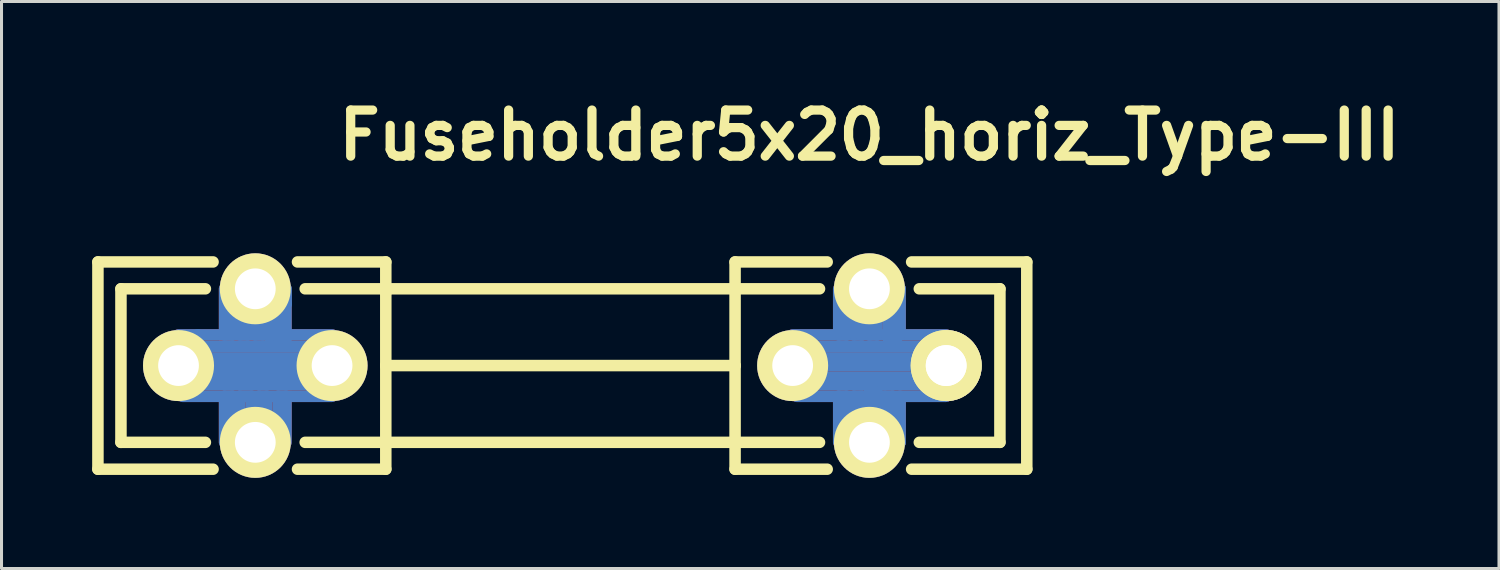
<source format=kicad_pcb>
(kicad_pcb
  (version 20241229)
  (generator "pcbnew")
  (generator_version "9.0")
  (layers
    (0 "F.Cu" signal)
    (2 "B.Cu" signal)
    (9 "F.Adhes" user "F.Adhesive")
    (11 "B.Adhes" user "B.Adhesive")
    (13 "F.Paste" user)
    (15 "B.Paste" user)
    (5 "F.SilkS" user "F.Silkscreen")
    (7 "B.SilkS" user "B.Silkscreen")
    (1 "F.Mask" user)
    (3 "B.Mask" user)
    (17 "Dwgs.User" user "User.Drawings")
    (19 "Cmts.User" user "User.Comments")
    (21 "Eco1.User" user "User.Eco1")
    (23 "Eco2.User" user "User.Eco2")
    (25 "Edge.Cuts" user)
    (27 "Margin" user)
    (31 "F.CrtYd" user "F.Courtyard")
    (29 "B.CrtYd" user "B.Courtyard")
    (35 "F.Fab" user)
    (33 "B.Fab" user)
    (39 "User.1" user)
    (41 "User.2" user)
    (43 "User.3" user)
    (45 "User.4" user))
  (footprint "Fuseholder5x20_horiz_Type-III"
    (layer "F.Cu")
    (at 15.557 9.046)
    (property "Reference" "Fuseholder5x20_horiz_Type-III" (at 10.16 -7.62 0) (layer "F.SilkS") (effects (font (size 1.524 1.524) (thickness 0.305))))
    (attr through_hole)
    (fp_line (start -12.7 -1.016) (end -7.62 -1.016) (stroke (width 0.381) (type solid)) (layer "F.Cu"))
    (fp_line (start -12.065 0.635) (end -8.382 0.635) (stroke (width 0.381) (type solid)) (layer "F.Cu"))
    (fp_line (start -11.938 -0.635) (end -8.509 -0.635) (stroke (width 0.381) (type solid)) (layer "F.Cu"))
    (fp_line (start -11.684 0) (end -8.636 0) (stroke (width 0.381) (type solid)) (layer "F.Cu"))
    (fp_line (start -11.176 -2.54) (end -11.176 -0.889) (stroke (width 0.381) (type solid)) (layer "F.Cu"))
    (fp_line (start -11.176 -0.889) (end -10.922 -0.889) (stroke (width 0.381) (type solid)) (layer "F.Cu"))
    (fp_line (start -11.176 1.016) (end -10.922 1.016) (stroke (width 0.381) (type solid)) (layer "F.Cu"))
    (fp_line (start -11.176 1.143) (end -11.176 1.016) (stroke (width 0.381) (type solid)) (layer "F.Cu"))
    (fp_line (start -11.176 2.54) (end -11.176 1.143) (stroke (width 0.381) (type solid)) (layer "F.Cu"))
    (fp_line (start -10.922 -2.032) (end -10.668 -1.778) (stroke (width 0.381) (type solid)) (layer "F.Cu"))
    (fp_line (start -10.922 -0.889) (end -10.922 -2.032) (stroke (width 0.381) (type solid)) (layer "F.Cu"))
    (fp_line (start -10.922 1.016) (end -10.922 2.032) (stroke (width 0.381) (type solid)) (layer "F.Cu"))
    (fp_line (start -10.922 2.032) (end -10.668 1.778) (stroke (width 0.381) (type solid)) (layer "F.Cu"))
    (fp_line (start -10.668 -1.778) (end -10.668 -0.889) (stroke (width 0.381) (type solid)) (layer "F.Cu"))
    (fp_line (start -10.668 -0.889) (end -10.414 -0.889) (stroke (width 0.381) (type solid)) (layer "F.Cu"))
    (fp_line (start -10.668 1.016) (end -10.287 1.016) (stroke (width 0.381) (type solid)) (layer "F.Cu"))
    (fp_line (start -10.668 1.778) (end -10.668 1.016) (stroke (width 0.381) (type solid)) (layer "F.Cu"))
    (fp_line (start -10.414 -1.651) (end -10.16 -1.651) (stroke (width 0.381) (type solid)) (layer "F.Cu"))
    (fp_line (start -10.414 -0.889) (end -10.414 -1.651) (stroke (width 0.381) (type solid)) (layer "F.Cu"))
    (fp_line (start -10.287 1.016) (end -10.287 1.651) (stroke (width 0.381) (type solid)) (layer "F.Cu"))
    (fp_line (start -10.287 1.651) (end -10.033 1.651) (stroke (width 0.381) (type solid)) (layer "F.Cu"))
    (fp_line (start -10.16 -1.651) (end -10.16 -0.762) (stroke (width 0.381) (type solid)) (layer "F.Cu"))
    (fp_line (start -10.16 -0.762) (end -9.906 -0.762) (stroke (width 0.381) (type solid)) (layer "F.Cu"))
    (fp_line (start -10.033 1.016) (end -9.779 1.016) (stroke (width 0.381) (type solid)) (layer "F.Cu"))
    (fp_line (start -10.033 1.651) (end -10.033 1.016) (stroke (width 0.381) (type solid)) (layer "F.Cu"))
    (fp_line (start -9.906 -1.651) (end -9.652 -1.778) (stroke (width 0.381) (type solid)) (layer "F.Cu"))
    (fp_line (start -9.906 -0.762) (end -9.906 -1.651) (stroke (width 0.381) (type solid)) (layer "F.Cu"))
    (fp_line (start -9.779 1.016) (end -9.779 1.651) (stroke (width 0.381) (type solid)) (layer "F.Cu"))
    (fp_line (start -9.779 1.651) (end -9.398 2.032) (stroke (width 0.381) (type solid)) (layer "F.Cu"))
    (fp_line (start -9.652 -1.778) (end -9.652 -0.889) (stroke (width 0.381) (type solid)) (layer "F.Cu"))
    (fp_line (start -9.652 -0.889) (end -9.398 -0.889) (stroke (width 0.381) (type solid)) (layer "F.Cu"))
    (fp_line (start -9.398 -2.032) (end -9.271 -2.032) (stroke (width 0.381) (type solid)) (layer "F.Cu"))
    (fp_line (start -9.398 -0.889) (end -9.398 -2.032) (stroke (width 0.381) (type solid)) (layer "F.Cu"))
    (fp_line (start -9.398 1.016) (end -9.017 1.016) (stroke (width 0.381) (type solid)) (layer "F.Cu"))
    (fp_line (start -9.398 2.032) (end -9.398 1.016) (stroke (width 0.381) (type solid)) (layer "F.Cu"))
    (fp_line (start -9.271 -2.032) (end -9.144 -0.762) (stroke (width 0.381) (type solid)) (layer "F.Cu"))
    (fp_line (start -9.144 -0.762) (end -9.144 -2.54) (stroke (width 0.381) (type solid)) (layer "F.Cu"))
    (fp_line (start -9.144 1.016) (end -9.144 2.54) (stroke (width 0.381) (type solid)) (layer "F.Cu"))
    (fp_line (start -8.636 -0.254) (end -11.684 -0.254) (stroke (width 0.381) (type solid)) (layer "F.Cu"))
    (fp_line (start -8.636 0.254) (end -11.684 0.254) (stroke (width 0.381) (type solid)) (layer "F.Cu"))
    (fp_line (start -7.62 1.016) (end -12.573 1.016) (stroke (width 0.381) (type solid)) (layer "F.Cu"))
    (fp_line (start 7.62 -1.016) (end 12.7 -1.016) (stroke (width 0.381) (type solid)) (layer "F.Cu"))
    (fp_line (start 8.255 -0.635) (end 11.938 -0.635) (stroke (width 0.381) (type solid)) (layer "F.Cu"))
    (fp_line (start 8.255 0.635) (end 11.938 0.635) (stroke (width 0.381) (type solid)) (layer "F.Cu"))
    (fp_line (start 8.509 -0.254) (end 11.811 -0.254) (stroke (width 0.381) (type solid)) (layer "F.Cu"))
    (fp_line (start 8.509 0.381) (end 8.255 0.635) (stroke (width 0.381) (type solid)) (layer "F.Cu"))
    (fp_line (start 8.636 0) (end 11.684 0) (stroke (width 0.381) (type solid)) (layer "F.Cu"))
    (fp_line (start 9.144 -2.54) (end 9.144 -1.016) (stroke (width 0.381) (type solid)) (layer "F.Cu"))
    (fp_line (start 9.144 -1.016) (end 9.398 -1.016) (stroke (width 0.381) (type solid)) (layer "F.Cu"))
    (fp_line (start 9.144 1.016) (end 9.398 1.016) (stroke (width 0.381) (type solid)) (layer "F.Cu"))
    (fp_line (start 9.144 2.54) (end 9.144 1.016) (stroke (width 0.381) (type solid)) (layer "F.Cu"))
    (fp_line (start 9.398 -2.032) (end 9.652 -1.778) (stroke (width 0.381) (type solid)) (layer "F.Cu"))
    (fp_line (start 9.398 -1.016) (end 9.398 -2.032) (stroke (width 0.381) (type solid)) (layer "F.Cu"))
    (fp_line (start 9.398 1.016) (end 9.398 2.032) (stroke (width 0.381) (type solid)) (layer "F.Cu"))
    (fp_line (start 9.398 2.032) (end 9.652 1.778) (stroke (width 0.381) (type solid)) (layer "F.Cu"))
    (fp_line (start 9.652 -1.778) (end 9.652 -1.016) (stroke (width 0.381) (type solid)) (layer "F.Cu"))
    (fp_line (start 9.652 -1.016) (end 9.906 -1.016) (stroke (width 0.381) (type solid)) (layer "F.Cu"))
    (fp_line (start 9.652 1.016) (end 9.906 1.016) (stroke (width 0.381) (type solid)) (layer "F.Cu"))
    (fp_line (start 9.652 1.778) (end 9.652 1.016) (stroke (width 0.381) (type solid)) (layer "F.Cu"))
    (fp_line (start 9.906 -1.651) (end 10.16 -1.651) (stroke (width 0.381) (type solid)) (layer "F.Cu"))
    (fp_line (start 9.906 -1.016) (end 9.906 -1.651) (stroke (width 0.381) (type solid)) (layer "F.Cu"))
    (fp_line (start 9.906 1.016) (end 9.906 1.651) (stroke (width 0.381) (type solid)) (layer "F.Cu"))
    (fp_line (start 9.906 1.651) (end 10.16 1.651) (stroke (width 0.381) (type solid)) (layer "F.Cu"))
    (fp_line (start 10.16 -1.651) (end 10.16 -1.016) (stroke (width 0.381) (type solid)) (layer "F.Cu"))
    (fp_line (start 10.16 -1.016) (end 10.414 -1.016) (stroke (width 0.381) (type solid)) (layer "F.Cu"))
    (fp_line (start 10.16 1.016) (end 10.414 1.016) (stroke (width 0.381) (type solid)) (layer "F.Cu"))
    (fp_line (start 10.16 1.651) (end 10.16 1.016) (stroke (width 0.381) (type solid)) (layer "F.Cu"))
    (fp_line (start 10.414 -1.651) (end 10.795 -1.905) (stroke (width 0.381) (type solid)) (layer "F.Cu"))
    (fp_line (start 10.414 -1.016) (end 10.414 -1.651) (stroke (width 0.381) (type solid)) (layer "F.Cu"))
    (fp_line (start 10.414 1.016) (end 10.414 1.651) (stroke (width 0.381) (type solid)) (layer "F.Cu"))
    (fp_line (start 10.414 1.651) (end 10.668 1.778) (stroke (width 0.381) (type solid)) (layer "F.Cu"))
    (fp_line (start 10.668 1.016) (end 10.922 1.016) (stroke (width 0.381) (type solid)) (layer "F.Cu"))
    (fp_line (start 10.668 1.778) (end 10.668 1.016) (stroke (width 0.381) (type solid)) (layer "F.Cu"))
    (fp_line (start 10.795 -1.905) (end 10.795 -1.016) (stroke (width 0.381) (type solid)) (layer "F.Cu"))
    (fp_line (start 10.795 -1.016) (end 10.922 -1.016) (stroke (width 0.381) (type solid)) (layer "F.Cu"))
    (fp_line (start 10.922 -2.032) (end 11.176 -2.54) (stroke (width 0.381) (type solid)) (layer "F.Cu"))
    (fp_line (start 10.922 -1.016) (end 10.922 -2.032) (stroke (width 0.381) (type solid)) (layer "F.Cu"))
    (fp_line (start 10.922 1.016) (end 10.922 2.159) (stroke (width 0.381) (type solid)) (layer "F.Cu"))
    (fp_line (start 10.922 2.159) (end 11.176 2.54) (stroke (width 0.381) (type solid)) (layer "F.Cu"))
    (fp_line (start 11.176 -2.54) (end 11.176 -1.143) (stroke (width 0.381) (type solid)) (layer "F.Cu"))
    (fp_line (start 11.176 2.54) (end 11.176 1.016) (stroke (width 0.381) (type solid)) (layer "F.Cu"))
    (fp_line (start 11.684 0) (end 11.811 0.381) (stroke (width 0.381) (type solid)) (layer "F.Cu"))
    (fp_line (start 11.811 0.381) (end 8.509 0.381) (stroke (width 0.381) (type solid)) (layer "F.Cu"))
    (fp_line (start 11.938 0.635) (end 12.7 1.016) (stroke (width 0.381) (type solid)) (layer "F.Cu"))
    (fp_line (start 12.7 1.016) (end 7.747 1.016) (stroke (width 0.381) (type solid)) (layer "F.Cu"))
    (fp_line (start -12.573 1.016) (end -7.62 1.016) (stroke (width 0.381) (type solid)) (layer "B.Cu"))
    (fp_line (start -12.065 -1.016) (end -12.7 -1.016) (stroke (width 0.381) (type solid)) (layer "B.Cu"))
    (fp_line (start -12.065 -1.016) (end -7.62 -1.016) (stroke (width 0.381) (type solid)) (layer "B.Cu"))
    (fp_line (start -12.065 0.635) (end -8.382 0.635) (stroke (width 0.381) (type solid)) (layer "B.Cu"))
    (fp_line (start -11.938 -0.635) (end -8.509 -0.635) (stroke (width 0.381) (type solid)) (layer "B.Cu"))
    (fp_line (start -11.684 -0.254) (end -8.636 -0.254) (stroke (width 0.381) (type solid)) (layer "B.Cu"))
    (fp_line (start -11.684 0) (end -8.636 0) (stroke (width 0.381) (type solid)) (layer "B.Cu"))
    (fp_line (start -11.684 0.254) (end -8.636 0.254) (stroke (width 0.381) (type solid)) (layer "B.Cu"))
    (fp_line (start -11.176 -2.54) (end -11.176 -1.016) (stroke (width 0.381) (type solid)) (layer "B.Cu"))
    (fp_line (start -11.176 -1.016) (end -10.922 -1.016) (stroke (width 0.381) (type solid)) (layer "B.Cu"))
    (fp_line (start -11.176 1.016) (end -10.922 1.016) (stroke (width 0.381) (type solid)) (layer "B.Cu"))
    (fp_line (start -11.176 2.54) (end -11.176 1.016) (stroke (width 0.381) (type solid)) (layer "B.Cu"))
    (fp_line (start -10.922 -2.032) (end -10.668 -1.778) (stroke (width 0.381) (type solid)) (layer "B.Cu"))
    (fp_line (start -10.922 -1.016) (end -10.922 -2.032) (stroke (width 0.381) (type solid)) (layer "B.Cu"))
    (fp_line (start -10.922 1.016) (end -10.922 2.032) (stroke (width 0.381) (type solid)) (layer "B.Cu"))
    (fp_line (start -10.922 2.032) (end -10.668 1.778) (stroke (width 0.381) (type solid)) (layer "B.Cu"))
    (fp_line (start -10.668 -1.778) (end -10.668 -1.016) (stroke (width 0.381) (type solid)) (layer "B.Cu"))
    (fp_line (start -10.668 -1.016) (end -10.414 -1.016) (stroke (width 0.381) (type solid)) (layer "B.Cu"))
    (fp_line (start -10.668 1.016) (end -10.287 1.016) (stroke (width 0.381) (type solid)) (layer "B.Cu"))
    (fp_line (start -10.668 1.778) (end -10.668 1.016) (stroke (width 0.381) (type solid)) (layer "B.Cu"))
    (fp_line (start -10.414 -1.651) (end -10.16 -1.651) (stroke (width 0.381) (type solid)) (layer "B.Cu"))
    (fp_line (start -10.414 -1.016) (end -10.414 -1.651) (stroke (width 0.381) (type solid)) (layer "B.Cu"))
    (fp_line (start -10.287 1.016) (end -10.287 1.651) (stroke (width 0.381) (type solid)) (layer "B.Cu"))
    (fp_line (start -10.287 1.651) (end -10.033 1.651) (stroke (width 0.381) (type solid)) (layer "B.Cu"))
    (fp_line (start -10.16 -1.651) (end -10.16 -1.016) (stroke (width 0.381) (type solid)) (layer "B.Cu"))
    (fp_line (start -10.16 -1.016) (end -9.906 -1.016) (stroke (width 0.381) (type solid)) (layer "B.Cu"))
    (fp_line (start -10.033 1.016) (end -9.779 1.016) (stroke (width 0.381) (type solid)) (layer "B.Cu"))
    (fp_line (start -10.033 1.651) (end -10.033 1.016) (stroke (width 0.381) (type solid)) (layer "B.Cu"))
    (fp_line (start -9.906 -1.651) (end -9.652 -1.778) (stroke (width 0.381) (type solid)) (layer "B.Cu"))
    (fp_line (start -9.906 -1.016) (end -9.906 -1.651) (stroke (width 0.381) (type solid)) (layer "B.Cu"))
    (fp_line (start -9.779 1.016) (end -9.779 1.651) (stroke (width 0.381) (type solid)) (layer "B.Cu"))
    (fp_line (start -9.779 1.651) (end -9.398 2.032) (stroke (width 0.381) (type solid)) (layer "B.Cu"))
    (fp_line (start -9.652 -1.778) (end -9.652 -0.889) (stroke (width 0.381) (type solid)) (layer "B.Cu"))
    (fp_line (start -9.652 -0.889) (end -9.398 -0.889) (stroke (width 0.381) (type solid)) (layer "B.Cu"))
    (fp_line (start -9.398 -2.032) (end -9.144 -2.032) (stroke (width 0.381) (type solid)) (layer "B.Cu"))
    (fp_line (start -9.398 -0.889) (end -9.398 -2.032) (stroke (width 0.381) (type solid)) (layer "B.Cu"))
    (fp_line (start -9.398 1.016) (end -9.144 1.016) (stroke (width 0.381) (type solid)) (layer "B.Cu"))
    (fp_line (start -9.398 2.032) (end -9.398 1.016) (stroke (width 0.381) (type solid)) (layer "B.Cu"))
    (fp_line (start -9.144 -2.54) (end -9.144 -0.889) (stroke (width 0.381) (type solid)) (layer "B.Cu"))
    (fp_line (start -9.144 -2.032) (end -9.144 -2.54) (stroke (width 0.381) (type solid)) (layer "B.Cu"))
    (fp_line (start -9.144 1.016) (end -9.144 2.54) (stroke (width 0.381) (type solid)) (layer "B.Cu"))
    (fp_line (start 7.62 -1.016) (end 12.7 -1.016) (stroke (width 0.381) (type solid)) (layer "B.Cu"))
    (fp_line (start 7.747 1.016) (end 12.7 1.016) (stroke (width 0.381) (type solid)) (layer "B.Cu"))
    (fp_line (start 8.255 -0.635) (end 11.938 -0.635) (stroke (width 0.381) (type solid)) (layer "B.Cu"))
    (fp_line (start 8.255 0.635) (end 11.938 0.635) (stroke (width 0.381) (type solid)) (layer "B.Cu"))
    (fp_line (start 8.509 -0.254) (end 11.811 -0.254) (stroke (width 0.381) (type solid)) (layer "B.Cu"))
    (fp_line (start 8.509 0.381) (end 11.811 0.381) (stroke (width 0.381) (type solid)) (layer "B.Cu"))
    (fp_line (start 8.636 0) (end 11.684 0) (stroke (width 0.381) (type solid)) (layer "B.Cu"))
    (fp_line (start 9.144 -2.54) (end 9.144 -1.016) (stroke (width 0.381) (type solid)) (layer "B.Cu"))
    (fp_line (start 9.144 -1.016) (end 9.398 -1.016) (stroke (width 0.381) (type solid)) (layer "B.Cu"))
    (fp_line (start 9.144 1.016) (end 9.398 1.016) (stroke (width 0.381) (type solid)) (layer "B.Cu"))
    (fp_line (start 9.144 2.54) (end 9.144 1.016) (stroke (width 0.381) (type solid)) (layer "B.Cu"))
    (fp_line (start 9.398 -2.032) (end 9.652 -1.778) (stroke (width 0.381) (type solid)) (layer "B.Cu"))
    (fp_line (start 9.398 -1.016) (end 9.398 -2.032) (stroke (width 0.381) (type solid)) (layer "B.Cu"))
    (fp_line (start 9.398 1.016) (end 9.398 2.032) (stroke (width 0.381) (type solid)) (layer "B.Cu"))
    (fp_line (start 9.398 2.032) (end 9.652 1.778) (stroke (width 0.381) (type solid)) (layer "B.Cu"))
    (fp_line (start 9.652 -1.778) (end 9.652 -1.016) (stroke (width 0.381) (type solid)) (layer "B.Cu"))
    (fp_line (start 9.652 -1.016) (end 9.906 -1.016) (stroke (width 0.381) (type solid)) (layer "B.Cu"))
    (fp_line (start 9.652 1.016) (end 9.906 1.016) (stroke (width 0.381) (type solid)) (layer "B.Cu"))
    (fp_line (start 9.652 1.778) (end 9.652 1.016) (stroke (width 0.381) (type solid)) (layer "B.Cu"))
    (fp_line (start 9.906 -1.651) (end 10.16 -1.651) (stroke (width 0.381) (type solid)) (layer "B.Cu"))
    (fp_line (start 9.906 -1.016) (end 9.906 -1.651) (stroke (width 0.381) (type solid)) (layer "B.Cu"))
    (fp_line (start 9.906 1.016) (end 9.906 1.651) (stroke (width 0.381) (type solid)) (layer "B.Cu"))
    (fp_line (start 9.906 1.651) (end 10.16 1.651) (stroke (width 0.381) (type solid)) (layer "B.Cu"))
    (fp_line (start 10.16 -1.651) (end 10.16 -1.016) (stroke (width 0.381) (type solid)) (layer "B.Cu"))
    (fp_line (start 10.16 -1.016) (end 10.414 -1.016) (stroke (width 0.381) (type solid)) (layer "B.Cu"))
    (fp_line (start 10.16 0.889) (end 10.414 0.889) (stroke (width 0.381) (type solid)) (layer "B.Cu"))
    (fp_line (start 10.16 1.651) (end 10.16 0.889) (stroke (width 0.381) (type solid)) (layer "B.Cu"))
    (fp_line (start 10.414 -1.651) (end 10.795 -1.905) (stroke (width 0.381) (type solid)) (layer "B.Cu"))
    (fp_line (start 10.414 -1.016) (end 10.414 -1.651) (stroke (width 0.381) (type solid)) (layer "B.Cu"))
    (fp_line (start 10.414 0.889) (end 10.414 1.651) (stroke (width 0.381) (type solid)) (layer "B.Cu"))
    (fp_line (start 10.414 1.651) (end 10.668 1.778) (stroke (width 0.381) (type solid)) (layer "B.Cu"))
    (fp_line (start 10.668 1.016) (end 10.922 1.016) (stroke (width 0.381) (type solid)) (layer "B.Cu"))
    (fp_line (start 10.668 1.778) (end 10.668 1.016) (stroke (width 0.381) (type solid)) (layer "B.Cu"))
    (fp_line (start 10.795 -1.905) (end 10.795 -0.889) (stroke (width 0.381) (type solid)) (layer "B.Cu"))
    (fp_line (start 10.795 -0.889) (end 11.049 -0.889) (stroke (width 0.381) (type solid)) (layer "B.Cu"))
    (fp_line (start 10.922 1.016) (end 10.922 2.159) (stroke (width 0.381) (type solid)) (layer "B.Cu"))
    (fp_line (start 10.922 2.159) (end 11.176 2.54) (stroke (width 0.381) (type solid)) (layer "B.Cu"))
    (fp_line (start 11.049 -2.159) (end 11.176 -2.54) (stroke (width 0.381) (type solid)) (layer "B.Cu"))
    (fp_line (start 11.049 -0.889) (end 11.049 -2.159) (stroke (width 0.381) (type solid)) (layer "B.Cu"))
    (fp_line (start 11.176 -2.54) (end 11.176 -1.016) (stroke (width 0.381) (type solid)) (layer "B.Cu"))
    (fp_line (start 11.176 2.54) (end 11.176 1.016) (stroke (width 0.381) (type solid)) (layer "B.Cu"))
    (fp_line (start -15.367 -3.429) (end -15.367 3.429) (stroke (width 0.381) (type solid)) (layer "F.SilkS"))
    (fp_line (start -15.367 -3.429) (end -11.557 -3.429) (stroke (width 0.381) (type solid)) (layer "F.SilkS"))
    (fp_line (start -15.367 3.429) (end -11.557 3.429) (stroke (width 0.381) (type solid)) (layer "F.SilkS"))
    (fp_line (start -14.605 -2.54) (end -14.605 2.54) (stroke (width 0.381) (type solid)) (layer "F.SilkS"))
    (fp_line (start -14.605 -2.54) (end -11.811 -2.54) (stroke (width 0.381) (type solid)) (layer "F.SilkS"))
    (fp_line (start -14.605 2.54) (end -11.811 2.54) (stroke (width 0.381) (type solid)) (layer "F.SilkS"))
    (fp_line (start -5.842 -3.429) (end -8.763 -3.429) (stroke (width 0.381) (type solid)) (layer "F.SilkS"))
    (fp_line (start -5.842 -3.429) (end -5.842 -2.413) (stroke (width 0.381) (type solid)) (layer "F.SilkS"))
    (fp_line (start -5.842 -2.54) (end -8.509 -2.54) (stroke (width 0.381) (type solid)) (layer "F.SilkS"))
    (fp_line (start -5.842 -2.54) (end 5.715 -2.54) (stroke (width 0.381) (type solid)) (layer "F.SilkS"))
    (fp_line (start -5.842 0) (end -5.842 -2.54) (stroke (width 0.381) (type solid)) (layer "F.SilkS"))
    (fp_line (start -5.842 2.54) (end -8.509 2.54) (stroke (width 0.381) (type solid)) (layer "F.SilkS"))
    (fp_line (start -5.842 2.54) (end -5.842 0) (stroke (width 0.381) (type solid)) (layer "F.SilkS"))
    (fp_line (start -5.842 3.429) (end -8.763 3.429) (stroke (width 0.381) (type solid)) (layer "F.SilkS"))
    (fp_line (start -5.842 3.429) (end -5.842 2.54) (stroke (width 0.381) (type solid)) (layer "F.SilkS"))
    (fp_line (start 5.715 -3.429) (end 5.715 -2.54) (stroke (width 0.381) (type solid)) (layer "F.SilkS"))
    (fp_line (start 5.715 -3.429) (end 8.763 -3.429) (stroke (width 0.381) (type solid)) (layer "F.SilkS"))
    (fp_line (start 5.715 -2.54) (end 8.509 -2.54) (stroke (width 0.381) (type solid)) (layer "F.SilkS"))
    (fp_line (start 5.715 0) (end -5.842 0) (stroke (width 0.381) (type solid)) (layer "F.SilkS"))
    (fp_line (start 5.715 0) (end 5.715 -2.54) (stroke (width 0.381) (type solid)) (layer "F.SilkS"))
    (fp_line (start 5.715 2.54) (end -5.969 2.54) (stroke (width 0.381) (type solid)) (layer "F.SilkS"))
    (fp_line (start 5.715 2.54) (end 5.715 0) (stroke (width 0.381) (type solid)) (layer "F.SilkS"))
    (fp_line (start 5.715 2.54) (end 8.509 2.54) (stroke (width 0.381) (type solid)) (layer "F.SilkS"))
    (fp_line (start 5.715 3.429) (end 5.715 2.54) (stroke (width 0.381) (type solid)) (layer "F.SilkS"))
    (fp_line (start 5.715 3.429) (end 8.763 3.429) (stroke (width 0.381) (type solid)) (layer "F.SilkS"))
    (fp_line (start 14.478 -2.54) (end 11.811 -2.54) (stroke (width 0.381) (type solid)) (layer "F.SilkS"))
    (fp_line (start 14.478 -2.54) (end 14.478 2.54) (stroke (width 0.381) (type solid)) (layer "F.SilkS"))
    (fp_line (start 14.478 2.54) (end 11.811 2.54) (stroke (width 0.381) (type solid)) (layer "F.SilkS"))
    (fp_line (start 15.367 -3.429) (end 11.557 -3.429) (stroke (width 0.381) (type solid)) (layer "F.SilkS"))
    (fp_line (start 15.367 -3.429) (end 15.367 3.429) (stroke (width 0.381) (type solid)) (layer "F.SilkS"))
    (fp_line (start 15.367 3.429) (end 11.557 3.429) (stroke (width 0.381) (type solid)) (layer "F.SilkS"))
    (pad "1" thru_hole circle (at -12.7 0) (size 2.349 2.349) (drill 1.349) (layers "*.Cu" "*.Mask" "F.SilkS"))
    (pad "1" thru_hole circle (at -10.16 -2.54) (size 2.349 2.349) (drill 1.349) (layers "*.Cu" "*.Mask" "F.SilkS"))
    (pad "1" thru_hole circle (at -10.16 2.54) (size 2.349 2.349) (drill 1.349) (layers "*.Cu" "*.Mask" "F.SilkS"))
    (pad "1" thru_hole circle (at -7.62 0) (size 2.349 2.349) (drill 1.349) (layers "*.Cu" "*.Mask" "F.SilkS"))
    (pad "2" thru_hole circle (at 7.62 0) (size 2.349 2.349) (drill 1.349) (layers "*.Cu" "*.Mask" "F.SilkS"))
    (pad "2" thru_hole circle (at 10.16 -2.54) (size 2.349 2.349) (drill 1.349) (layers "*.Cu" "*.Mask" "F.SilkS"))
    (pad "2" thru_hole circle (at 10.16 2.54) (size 2.349 2.349) (drill 1.349) (layers "*.Cu" "*.Mask" "F.SilkS"))
    (pad "2" thru_hole circle (at 12.7 0) (size 2.349 2.349) (drill 1.349) (layers "*.Cu" "*.Mask" "F.SilkS"))
    (pad "2" thru_hole circle (at 12.7 0) (size 2.349 2.349) (drill 1.349) (layers "*.Cu" "*.Mask" "F.SilkS")))
  (gr_rect
    (start -3 -3)
    (end 46.548 15.761)
    (stroke (width 0.1) (type default))
    (fill no)
    (layer "Edge.Cuts")))
</source>
